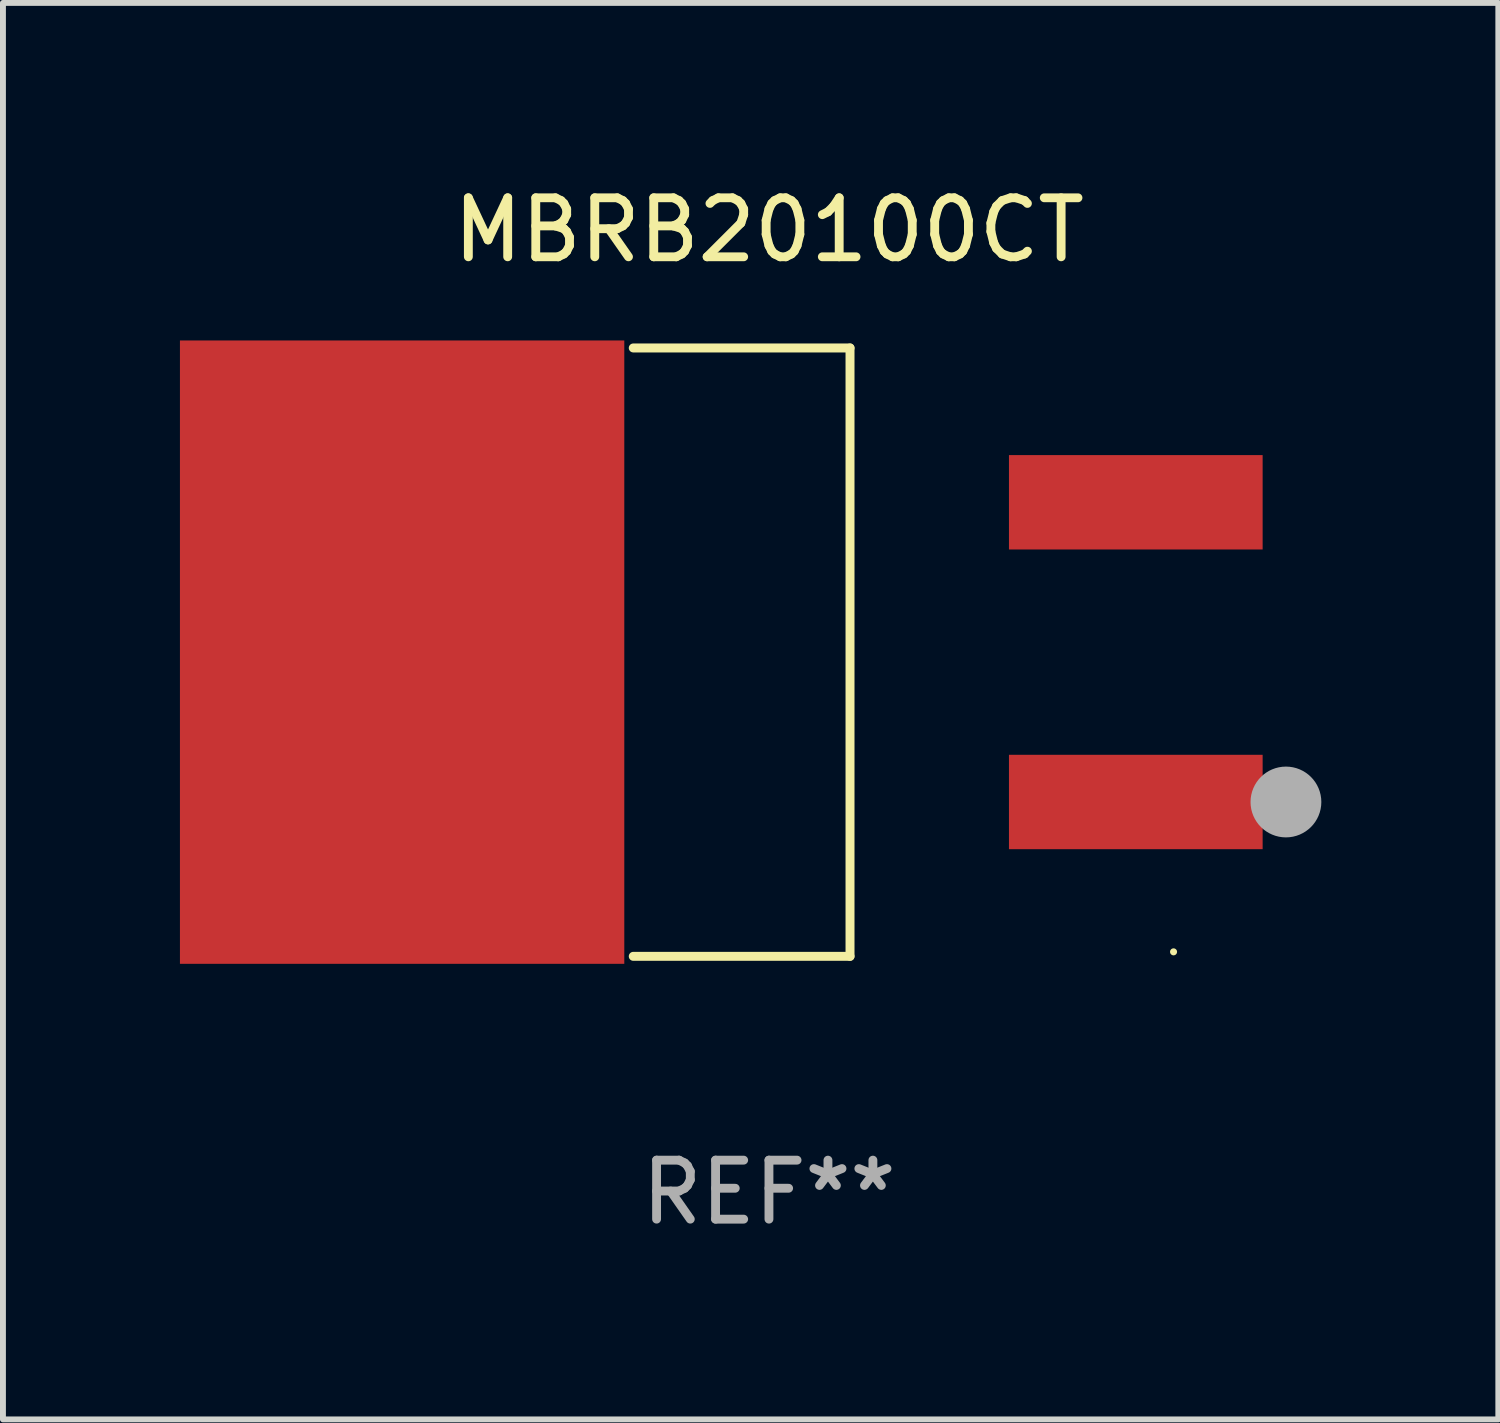
<source format=kicad_pcb>
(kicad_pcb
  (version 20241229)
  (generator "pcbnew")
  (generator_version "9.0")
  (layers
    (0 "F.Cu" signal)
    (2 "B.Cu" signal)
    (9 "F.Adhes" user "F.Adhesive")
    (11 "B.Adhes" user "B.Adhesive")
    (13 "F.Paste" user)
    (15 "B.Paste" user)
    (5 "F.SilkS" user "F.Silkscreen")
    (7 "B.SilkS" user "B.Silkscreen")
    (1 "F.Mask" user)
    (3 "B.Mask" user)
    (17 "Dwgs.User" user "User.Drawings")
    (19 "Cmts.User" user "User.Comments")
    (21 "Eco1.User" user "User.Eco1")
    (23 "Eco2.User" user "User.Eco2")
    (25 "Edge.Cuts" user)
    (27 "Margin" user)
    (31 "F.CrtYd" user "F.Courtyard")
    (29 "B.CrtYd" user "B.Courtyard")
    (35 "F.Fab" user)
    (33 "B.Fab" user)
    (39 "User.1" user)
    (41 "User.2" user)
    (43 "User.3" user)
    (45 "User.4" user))
  (footprint "MBRB20100CT"
    (layer "F.Cu")
    (at 9.984 8.004)
    (property "Reference" "MBRB20100CT" (at 0 -7.156 0) (layer "F.SilkS") (effects (font (size 1 1) (thickness 0.15))))
    (attr through_hole)
    (fp_line (start -2.3 -5.156) (end 1.374 -5.156) (stroke (width 0.152) (type solid)) (layer "F.SilkS"))
    (fp_line (start -2.3 5.156) (end 1.374 5.156) (stroke (width 0.152) (type solid)) (layer "F.SilkS"))
    (fp_line (start 1.374 5.156) (end 1.374 -5.156) (stroke (width 0.152) (type solid)) (layer "F.SilkS"))
    (fp_circle (center 6.858 5.08) (end 6.888 5.08) (stroke (width 0.06) (type solid)) (fill no) (layer "F.SilkS"))
    (fp_circle (center 8.763 2.54) (end 9.063 2.54) (stroke (width 0.6) (type solid)) (fill no) (layer "F.Fab"))
    (fp_text user "REF**" (at 0 9.156 0) (layer "F.Fab") (effects (font (size 1 1) (thickness 0.15))))
    (pad "1" smd rect (at 6.218 2.54 180) (size 4.3 1.6) (layers "F.Cu" "F.Mask" "F.Paste"))
    (pad "2" smd rect (at -6.218 0 180) (size 7.532 10.566) (layers "F.Cu" "F.Mask" "F.Paste"))
    (pad "3" smd rect (at 6.218 -2.54 180) (size 4.3 1.6) (layers "F.Cu" "F.Mask" "F.Paste")))
  (gr_rect
    (start -3 -3)
    (end 22.347 21.009)
    (stroke (width 0.1) (type default))
    (fill no)
    (layer "Edge.Cuts")))
</source>
